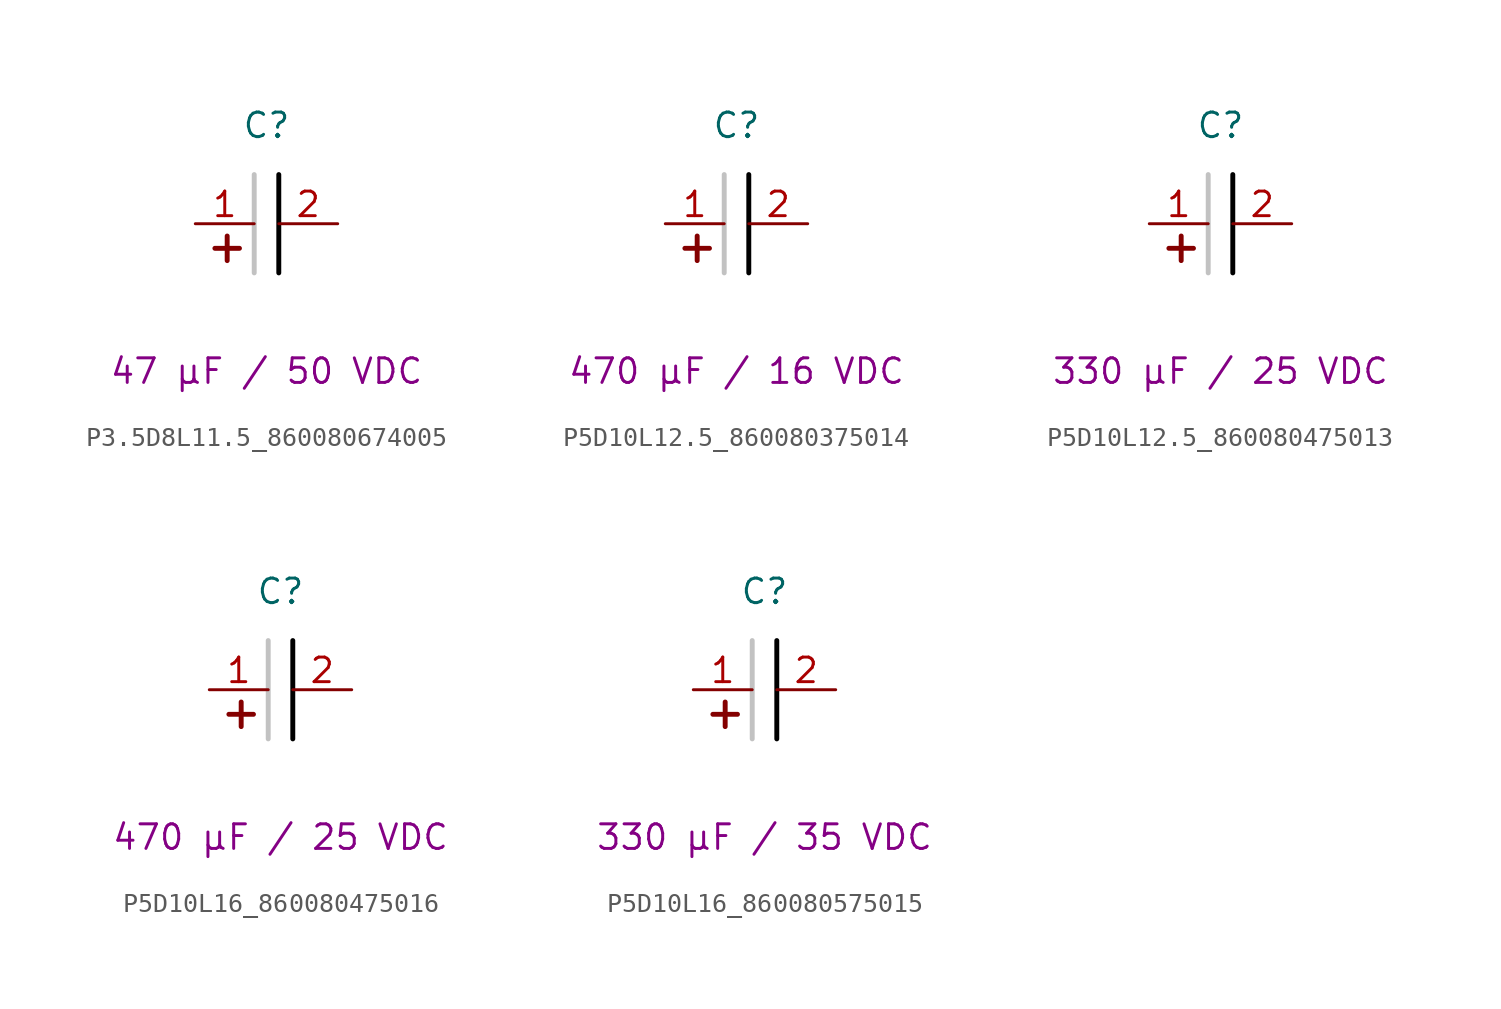
<source format=kicad_sym>
(kicad_symbol_lib
  (version 20220914)
  (generator kicad_symbol_editor)
  (symbol "P3.5D8L11.5_860080674005"
    (pin_names hide)
    (property "Reference" "C"
      (at 0 5.08 0)
      (effects (font (size 1.27 1.27))))
    (property "Critical Parameter" "47 µF / 50 VDC"
      (at 0 -7.62 0)
      (effects (font (size 1.27 1.27))))
    (symbol "P3.5D8L11.5_860080674005_1_1"
      (polyline (pts (xy -2.667 -1.27) (xy -1.397 -1.27)) (stroke (width 0.254) (type default)) (fill (type none)))
      (polyline (pts (xy -2.032 -0.635) (xy -2.032 -1.905)) (stroke (width 0.254) (type default)) (fill (type none)))
      (polyline (pts (xy -0.635 2.54) (xy -0.635 -2.54)) (stroke (width 0.254) (type default) (color 194 194 194 1)) (fill (type none)))
      (polyline (pts (xy 0.635 2.54) (xy 0.635 -2.54)) (stroke (width 0.254) (type default) (color 0 0 0 1)) (fill (type none)))
      (pin passive line (at -3.679 0 0) (length 3.044) (name "1" (effects (font (size 1.27 1.27)))) (number "1" (effects (font (size 1.27 1.27)))))
      (pin passive line (at 3.679 0 180) (length 3.044) (name "2" (effects (font (size 1.27 1.27)))) (number "2" (effects (font (size 1.27 1.27)))))))
  (symbol "P5D10L12.5_860080375014"
    (pin_names hide)
    (property "Reference" "C"
      (at 0 5.08 0)
      (effects (font (size 1.27 1.27))))
    (property "Critical Parameter" "470 µF / 16 VDC"
      (at 0 -7.62 0)
      (effects (font (size 1.27 1.27))))
    (symbol "P5D10L12.5_860080375014_1_1"
      (polyline (pts (xy -2.667 -1.27) (xy -1.397 -1.27)) (stroke (width 0.254) (type default)) (fill (type none)))
      (polyline (pts (xy -2.032 -0.635) (xy -2.032 -1.905)) (stroke (width 0.254) (type default)) (fill (type none)))
      (polyline (pts (xy -0.635 2.54) (xy -0.635 -2.54)) (stroke (width 0.254) (type default) (color 194 194 194 1)) (fill (type none)))
      (polyline (pts (xy 0.635 2.54) (xy 0.635 -2.54)) (stroke (width 0.254) (type default) (color 0 0 0 1)) (fill (type none)))
      (pin passive line (at -3.679 0 0) (length 3.044) (name "1" (effects (font (size 1.27 1.27)))) (number "1" (effects (font (size 1.27 1.27)))))
      (pin passive line (at 3.679 0 180) (length 3.044) (name "2" (effects (font (size 1.27 1.27)))) (number "2" (effects (font (size 1.27 1.27)))))))
  (symbol "P5D10L12.5_860080475013"
    (pin_names hide)
    (property "Reference" "C"
      (at 0 5.08 0)
      (effects (font (size 1.27 1.27))))
    (property "Critical Parameter" "330 µF / 25 VDC"
      (at 0 -7.62 0)
      (effects (font (size 1.27 1.27))))
    (symbol "P5D10L12.5_860080475013_1_1"
      (polyline (pts (xy -2.667 -1.27) (xy -1.397 -1.27)) (stroke (width 0.254) (type default)) (fill (type none)))
      (polyline (pts (xy -2.032 -0.635) (xy -2.032 -1.905)) (stroke (width 0.254) (type default)) (fill (type none)))
      (polyline (pts (xy -0.635 2.54) (xy -0.635 -2.54)) (stroke (width 0.254) (type default) (color 194 194 194 1)) (fill (type none)))
      (polyline (pts (xy 0.635 2.54) (xy 0.635 -2.54)) (stroke (width 0.254) (type default) (color 0 0 0 1)) (fill (type none)))
      (pin passive line (at -3.679 0 0) (length 3.044) (name "1" (effects (font (size 1.27 1.27)))) (number "1" (effects (font (size 1.27 1.27)))))
      (pin passive line (at 3.679 0 180) (length 3.044) (name "2" (effects (font (size 1.27 1.27)))) (number "2" (effects (font (size 1.27 1.27)))))))
  (symbol "P5D10L16_860080475016"
    (pin_names hide)
    (property "Reference" "C"
      (at 0 5.08 0)
      (effects (font (size 1.27 1.27))))
    (property "Critical Parameter" "470 µF / 25 VDC"
      (at 0 -7.62 0)
      (effects (font (size 1.27 1.27))))
    (symbol "P5D10L16_860080475016_1_1"
      (polyline (pts (xy -2.667 -1.27) (xy -1.397 -1.27)) (stroke (width 0.254) (type default)) (fill (type none)))
      (polyline (pts (xy -2.032 -0.635) (xy -2.032 -1.905)) (stroke (width 0.254) (type default)) (fill (type none)))
      (polyline (pts (xy -0.635 2.54) (xy -0.635 -2.54)) (stroke (width 0.254) (type default) (color 194 194 194 1)) (fill (type none)))
      (polyline (pts (xy 0.635 2.54) (xy 0.635 -2.54)) (stroke (width 0.254) (type default) (color 0 0 0 1)) (fill (type none)))
      (pin passive line (at -3.679 0 0) (length 3.044) (name "1" (effects (font (size 1.27 1.27)))) (number "1" (effects (font (size 1.27 1.27)))))
      (pin passive line (at 3.679 0 180) (length 3.044) (name "2" (effects (font (size 1.27 1.27)))) (number "2" (effects (font (size 1.27 1.27)))))))
  (symbol "P5D10L16_860080575015"
    (pin_names hide)
    (property "Reference" "C"
      (at 0 5.08 0)
      (effects (font (size 1.27 1.27))))
    (property "Critical Parameter" "330 µF / 35 VDC"
      (at 0 -7.62 0)
      (effects (font (size 1.27 1.27))))
    (symbol "P5D10L16_860080575015_1_1"
      (polyline (pts (xy -2.667 -1.27) (xy -1.397 -1.27)) (stroke (width 0.254) (type default)) (fill (type none)))
      (polyline (pts (xy -2.032 -0.635) (xy -2.032 -1.905)) (stroke (width 0.254) (type default)) (fill (type none)))
      (polyline (pts (xy -0.635 2.54) (xy -0.635 -2.54)) (stroke (width 0.254) (type default) (color 194 194 194 1)) (fill (type none)))
      (polyline (pts (xy 0.635 2.54) (xy 0.635 -2.54)) (stroke (width 0.254) (type default) (color 0 0 0 1)) (fill (type none)))
      (pin passive line (at -3.679 0 0) (length 3.044) (name "1" (effects (font (size 1.27 1.27)))) (number "1" (effects (font (size 1.27 1.27)))))
      (pin passive line (at 3.679 0 180) (length 3.044) (name "2" (effects (font (size 1.27 1.27)))) (number "2" (effects (font (size 1.27 1.27))))))))
</source>
